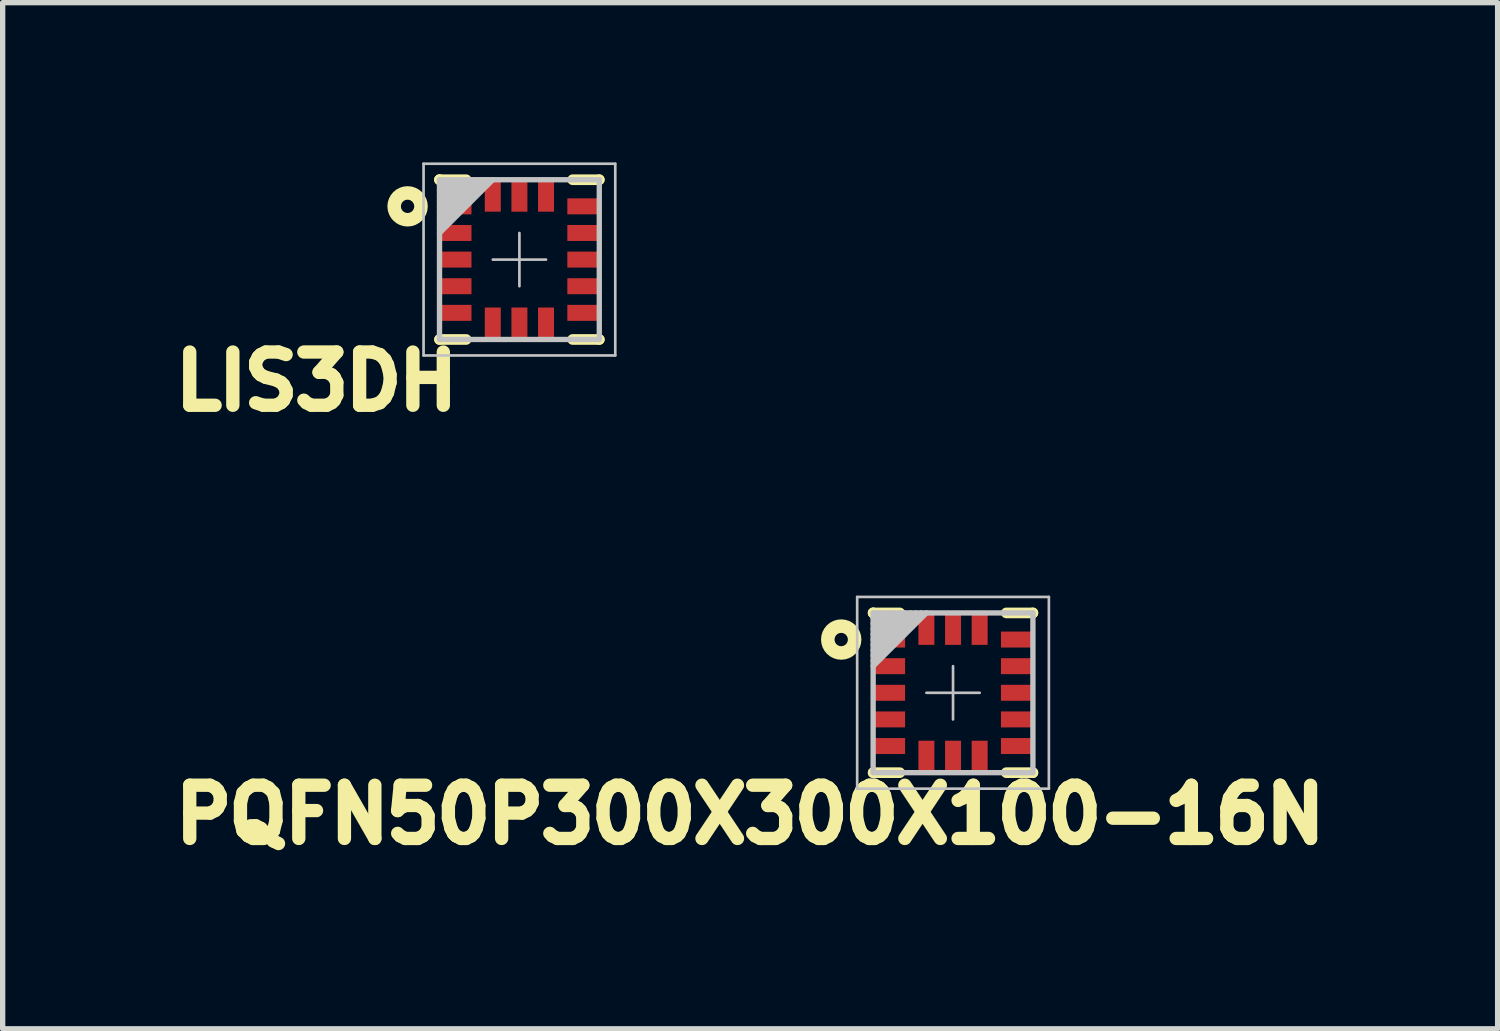
<source format=kicad_pcb>
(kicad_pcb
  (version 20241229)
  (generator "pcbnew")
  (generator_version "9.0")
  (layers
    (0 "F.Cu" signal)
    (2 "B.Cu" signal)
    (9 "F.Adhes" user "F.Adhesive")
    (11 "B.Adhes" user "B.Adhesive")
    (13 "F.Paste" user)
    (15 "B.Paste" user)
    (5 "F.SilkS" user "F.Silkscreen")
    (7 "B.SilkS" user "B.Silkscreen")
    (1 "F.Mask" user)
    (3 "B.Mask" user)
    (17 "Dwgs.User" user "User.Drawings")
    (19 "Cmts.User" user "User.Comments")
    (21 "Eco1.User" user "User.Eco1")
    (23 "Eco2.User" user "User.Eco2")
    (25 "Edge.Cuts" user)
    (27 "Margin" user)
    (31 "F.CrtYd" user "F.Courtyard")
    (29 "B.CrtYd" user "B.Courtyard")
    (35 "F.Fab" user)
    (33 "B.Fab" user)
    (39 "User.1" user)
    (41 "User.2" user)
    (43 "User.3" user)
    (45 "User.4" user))
  (footprint "PQFN50P300X300X100-16N"
    (layer "F.Cu")
    (at 14.847 9.96)
    (property "Reference" "PQFN50P300X300X100-16N" (at -3.81 2.286 0) (layer "F.SilkS") (effects (font (size 1 1) (thickness 0.25))))
    (attr smd)
    (fp_line (start -1.5 -1.5) (end -1.5 -1.5) (stroke (width 0.2) (type solid)) (layer "F.SilkS"))
    (fp_line (start -1.5 -1.5) (end -1.5 -1.5) (stroke (width 0.2) (type solid)) (layer "F.SilkS"))
    (fp_line (start -1.5 -1.5) (end -1 -1.5) (stroke (width 0.2) (type solid)) (layer "F.SilkS"))
    (fp_line (start -1.5 1.5) (end -1.5 1.5) (stroke (width 0.2) (type solid)) (layer "F.SilkS"))
    (fp_line (start -1.5 1.5) (end -1 1.5) (stroke (width 0.2) (type solid)) (layer "F.SilkS"))
    (fp_line (start 1.5 -1.5) (end 1 -1.5) (stroke (width 0.2) (type solid)) (layer "F.SilkS"))
    (fp_line (start 1.5 -1.5) (end 1.5 -1.5) (stroke (width 0.2) (type solid)) (layer "F.SilkS"))
    (fp_line (start 1.5 1.5) (end 1 1.5) (stroke (width 0.2) (type solid)) (layer "F.SilkS"))
    (fp_line (start 1.5 1.5) (end 1.5 1.5) (stroke (width 0.2) (type solid)) (layer "F.SilkS"))
    (fp_circle (center -2.1 -1) (end -2.225 -1) (stroke (width 0.254) (type solid)) (fill no) (layer "F.SilkS"))
    (fp_line (start -1.8 -1.8) (end 1.8 -1.8) (stroke (width 0.05) (type solid)) (layer "Dwgs.User"))
    (fp_line (start -1.8 1.8) (end -1.8 -1.8) (stroke (width 0.05) (type solid)) (layer "Dwgs.User"))
    (fp_line (start -1.55 -1.55) (end 1.55 -1.55) (stroke (width 0.001) (type solid)) (layer "Dwgs.User"))
    (fp_line (start -1.55 1.55) (end -1.55 -1.55) (stroke (width 0.001) (type solid)) (layer "Dwgs.User"))
    (fp_line (start -1.5 -1.5) (end 1.5 -1.5) (stroke (width 0.1) (type solid)) (layer "Dwgs.User"))
    (fp_line (start -1.5 1.5) (end -1.5 -1.5) (stroke (width 0.1) (type solid)) (layer "Dwgs.User"))
    (fp_line (start -1.4 -1.5) (end -1.5 -1.4) (stroke (width 0.1) (type solid)) (layer "Dwgs.User"))
    (fp_line (start -1.3 -1.5) (end -1.5 -1.3) (stroke (width 0.1) (type solid)) (layer "Dwgs.User"))
    (fp_line (start -1.2 -1.5) (end -1.5 -1.2) (stroke (width 0.1) (type solid)) (layer "Dwgs.User"))
    (fp_line (start -1.1 -1.5) (end -1.5 -1.1) (stroke (width 0.1) (type solid)) (layer "Dwgs.User"))
    (fp_line (start -1 -1.5) (end -1.5 -1) (stroke (width 0.1) (type solid)) (layer "Dwgs.User"))
    (fp_line (start -0.9 -1.5) (end -1.5 -0.9) (stroke (width 0.1) (type solid)) (layer "Dwgs.User"))
    (fp_line (start -0.8 -1.5) (end -1.5 -0.8) (stroke (width 0.1) (type solid)) (layer "Dwgs.User"))
    (fp_line (start -0.7 -1.5) (end -1.5 -0.7) (stroke (width 0.1) (type solid)) (layer "Dwgs.User"))
    (fp_line (start -0.6 -1.5) (end -1.5 -0.6) (stroke (width 0.1) (type solid)) (layer "Dwgs.User"))
    (fp_line (start -0.5 -1.5) (end -1.5 -0.5) (stroke (width 0.1) (type solid)) (layer "Dwgs.User"))
    (fp_line (start -0.5 0) (end 0.5 0) (stroke (width 0.05) (type solid)) (layer "Dwgs.User"))
    (fp_line (start 0 0.5) (end 0 -0.5) (stroke (width 0.05) (type solid)) (layer "Dwgs.User"))
    (fp_line (start 1.5 -1.5) (end 1.5 1.5) (stroke (width 0.1) (type solid)) (layer "Dwgs.User"))
    (fp_line (start 1.5 1.5) (end -1.5 1.5) (stroke (width 0.1) (type solid)) (layer "Dwgs.User"))
    (fp_line (start 1.55 -1.55) (end 1.55 1.55) (stroke (width 0.001) (type solid)) (layer "Dwgs.User"))
    (fp_line (start 1.55 1.55) (end -1.55 1.55) (stroke (width 0.001) (type solid)) (layer "Dwgs.User"))
    (fp_line (start 1.8 -1.8) (end 1.8 1.8) (stroke (width 0.05) (type solid)) (layer "Dwgs.User"))
    (fp_line (start 1.8 1.8) (end -1.8 1.8) (stroke (width 0.05) (type solid)) (layer "Dwgs.User"))
    (pad "1" smd rect (at -1.2 -1 90) (size 0.3 0.6) (layers "F.Cu" "F.Mask" "F.Paste"))
    (pad "2" smd rect (at -1.2 -0.5 90) (size 0.3 0.6) (layers "F.Cu" "F.Mask" "F.Paste"))
    (pad "3" smd rect (at -1.2 0 90) (size 0.3 0.6) (layers "F.Cu" "F.Mask" "F.Paste"))
    (pad "4" smd rect (at -1.2 0.5 90) (size 0.3 0.6) (layers "F.Cu" "F.Mask" "F.Paste"))
    (pad "5" smd rect (at -1.2 1 90) (size 0.3 0.6) (layers "F.Cu" "F.Mask" "F.Paste"))
    (pad "6" smd rect (at -0.5 1.2) (size 0.3 0.6) (layers "F.Cu" "F.Mask" "F.Paste"))
    (pad "7" smd rect (at 0 1.2) (size 0.3 0.6) (layers "F.Cu" "F.Mask" "F.Paste"))
    (pad "8" smd rect (at 0.5 1.2) (size 0.3 0.6) (layers "F.Cu" "F.Mask" "F.Paste"))
    (pad "9" smd rect (at 1.2 1 90) (size 0.3 0.6) (layers "F.Cu" "F.Mask" "F.Paste"))
    (pad "10" smd rect (at 1.2 0.5 90) (size 0.3 0.6) (layers "F.Cu" "F.Mask" "F.Paste"))
    (pad "11" smd rect (at 1.2 0 90) (size 0.3 0.6) (layers "F.Cu" "F.Mask" "F.Paste"))
    (pad "12" smd rect (at 1.2 -0.5 90) (size 0.3 0.6) (layers "F.Cu" "F.Mask" "F.Paste"))
    (pad "13" smd rect (at 1.2 -1 90) (size 0.3 0.6) (layers "F.Cu" "F.Mask" "F.Paste"))
    (pad "14" smd rect (at 0.5 -1.2) (size 0.3 0.6) (layers "F.Cu" "F.Mask" "F.Paste"))
    (pad "15" smd rect (at 0 -1.2) (size 0.3 0.6) (layers "F.Cu" "F.Mask" "F.Paste"))
    (pad "16" smd rect (at -0.5 -1.2) (size 0.3 0.6) (layers "F.Cu" "F.Mask" "F.Paste")))
  (footprint "LIS3DH"
    (layer "F.Cu")
    (at 6.704 1.825)
    (property "Reference" "LIS3DH" (at -3.81 2.286 0) (layer "F.SilkS") (effects (font (size 1 1) (thickness 0.25))))
    (attr smd)
    (fp_line (start -1.5 -1.5) (end -1.5 -1.5) (stroke (width 0.2) (type solid)) (layer "F.SilkS"))
    (fp_line (start -1.5 -1.5) (end -1.5 -1.5) (stroke (width 0.2) (type solid)) (layer "F.SilkS"))
    (fp_line (start -1.5 -1.5) (end -1 -1.5) (stroke (width 0.2) (type solid)) (layer "F.SilkS"))
    (fp_line (start -1.5 1.5) (end -1.5 1.5) (stroke (width 0.2) (type solid)) (layer "F.SilkS"))
    (fp_line (start -1.5 1.5) (end -1 1.5) (stroke (width 0.2) (type solid)) (layer "F.SilkS"))
    (fp_line (start 1.5 -1.5) (end 1 -1.5) (stroke (width 0.2) (type solid)) (layer "F.SilkS"))
    (fp_line (start 1.5 -1.5) (end 1.5 -1.5) (stroke (width 0.2) (type solid)) (layer "F.SilkS"))
    (fp_line (start 1.5 1.5) (end 1 1.5) (stroke (width 0.2) (type solid)) (layer "F.SilkS"))
    (fp_line (start 1.5 1.5) (end 1.5 1.5) (stroke (width 0.2) (type solid)) (layer "F.SilkS"))
    (fp_circle (center -2.1 -1) (end -2.225 -1) (stroke (width 0.254) (type solid)) (fill no) (layer "F.SilkS"))
    (fp_line (start -1.8 -1.8) (end 1.8 -1.8) (stroke (width 0.05) (type solid)) (layer "Dwgs.User"))
    (fp_line (start -1.8 1.8) (end -1.8 -1.8) (stroke (width 0.05) (type solid)) (layer "Dwgs.User"))
    (fp_line (start -1.55 -1.55) (end 1.55 -1.55) (stroke (width 0.001) (type solid)) (layer "Dwgs.User"))
    (fp_line (start -1.55 1.55) (end -1.55 -1.55) (stroke (width 0.001) (type solid)) (layer "Dwgs.User"))
    (fp_line (start -1.5 -1.5) (end 1.5 -1.5) (stroke (width 0.1) (type solid)) (layer "Dwgs.User"))
    (fp_line (start -1.5 1.5) (end -1.5 -1.5) (stroke (width 0.1) (type solid)) (layer "Dwgs.User"))
    (fp_line (start -1.4 -1.5) (end -1.5 -1.4) (stroke (width 0.1) (type solid)) (layer "Dwgs.User"))
    (fp_line (start -1.3 -1.5) (end -1.5 -1.3) (stroke (width 0.1) (type solid)) (layer "Dwgs.User"))
    (fp_line (start -1.2 -1.5) (end -1.5 -1.2) (stroke (width 0.1) (type solid)) (layer "Dwgs.User"))
    (fp_line (start -1.1 -1.5) (end -1.5 -1.1) (stroke (width 0.1) (type solid)) (layer "Dwgs.User"))
    (fp_line (start -1 -1.5) (end -1.5 -1) (stroke (width 0.1) (type solid)) (layer "Dwgs.User"))
    (fp_line (start -0.9 -1.5) (end -1.5 -0.9) (stroke (width 0.1) (type solid)) (layer "Dwgs.User"))
    (fp_line (start -0.8 -1.5) (end -1.5 -0.8) (stroke (width 0.1) (type solid)) (layer "Dwgs.User"))
    (fp_line (start -0.7 -1.5) (end -1.5 -0.7) (stroke (width 0.1) (type solid)) (layer "Dwgs.User"))
    (fp_line (start -0.6 -1.5) (end -1.5 -0.6) (stroke (width 0.1) (type solid)) (layer "Dwgs.User"))
    (fp_line (start -0.5 -1.5) (end -1.5 -0.5) (stroke (width 0.1) (type solid)) (layer "Dwgs.User"))
    (fp_line (start -0.5 0) (end 0.5 0) (stroke (width 0.05) (type solid)) (layer "Dwgs.User"))
    (fp_line (start 0 0.5) (end 0 -0.5) (stroke (width 0.05) (type solid)) (layer "Dwgs.User"))
    (fp_line (start 1.5 -1.5) (end 1.5 1.5) (stroke (width 0.1) (type solid)) (layer "Dwgs.User"))
    (fp_line (start 1.5 1.5) (end -1.5 1.5) (stroke (width 0.1) (type solid)) (layer "Dwgs.User"))
    (fp_line (start 1.55 -1.55) (end 1.55 1.55) (stroke (width 0.001) (type solid)) (layer "Dwgs.User"))
    (fp_line (start 1.55 1.55) (end -1.55 1.55) (stroke (width 0.001) (type solid)) (layer "Dwgs.User"))
    (fp_line (start 1.8 -1.8) (end 1.8 1.8) (stroke (width 0.05) (type solid)) (layer "Dwgs.User"))
    (fp_line (start 1.8 1.8) (end -1.8 1.8) (stroke (width 0.05) (type solid)) (layer "Dwgs.User"))
    (pad "1" smd rect (at -1.2 -1 90) (size 0.3 0.6) (layers "F.Cu" "F.Mask" "F.Paste"))
    (pad "2" smd rect (at -1.2 -0.5 90) (size 0.3 0.6) (layers "F.Cu" "F.Mask" "F.Paste"))
    (pad "3" smd rect (at -1.2 0 90) (size 0.3 0.6) (layers "F.Cu" "F.Mask" "F.Paste"))
    (pad "4" smd rect (at -1.2 0.5 90) (size 0.3 0.6) (layers "F.Cu" "F.Mask" "F.Paste"))
    (pad "5" smd rect (at -1.2 1 90) (size 0.3 0.6) (layers "F.Cu" "F.Mask" "F.Paste"))
    (pad "6" smd rect (at -0.5 1.2) (size 0.3 0.6) (layers "F.Cu" "F.Mask" "F.Paste"))
    (pad "7" smd rect (at 0 1.2) (size 0.3 0.6) (layers "F.Cu" "F.Mask" "F.Paste"))
    (pad "8" smd rect (at 0.5 1.2) (size 0.3 0.6) (layers "F.Cu" "F.Mask" "F.Paste"))
    (pad "9" smd rect (at 1.2 1 90) (size 0.3 0.6) (layers "F.Cu" "F.Mask" "F.Paste"))
    (pad "10" smd rect (at 1.2 0.5 90) (size 0.3 0.6) (layers "F.Cu" "F.Mask" "F.Paste"))
    (pad "11" smd rect (at 1.2 0 90) (size 0.3 0.6) (layers "F.Cu" "F.Mask" "F.Paste"))
    (pad "12" smd rect (at 1.2 -0.5 90) (size 0.3 0.6) (layers "F.Cu" "F.Mask" "F.Paste"))
    (pad "13" smd rect (at 1.2 -1 90) (size 0.3 0.6) (layers "F.Cu" "F.Mask" "F.Paste"))
    (pad "14" smd rect (at 0.5 -1.2) (size 0.3 0.6) (layers "F.Cu" "F.Mask" "F.Paste"))
    (pad "15" smd rect (at 0 -1.2) (size 0.3 0.6) (layers "F.Cu" "F.Mask" "F.Paste"))
    (pad "16" smd rect (at -0.5 -1.2) (size 0.3 0.6) (layers "F.Cu" "F.Mask" "F.Paste")))
  (gr_rect
    (start -3 -3)
    (end 25.074 16.27)
    (stroke (width 0.1) (type default))
    (fill no)
    (layer "Edge.Cuts")))
</source>
